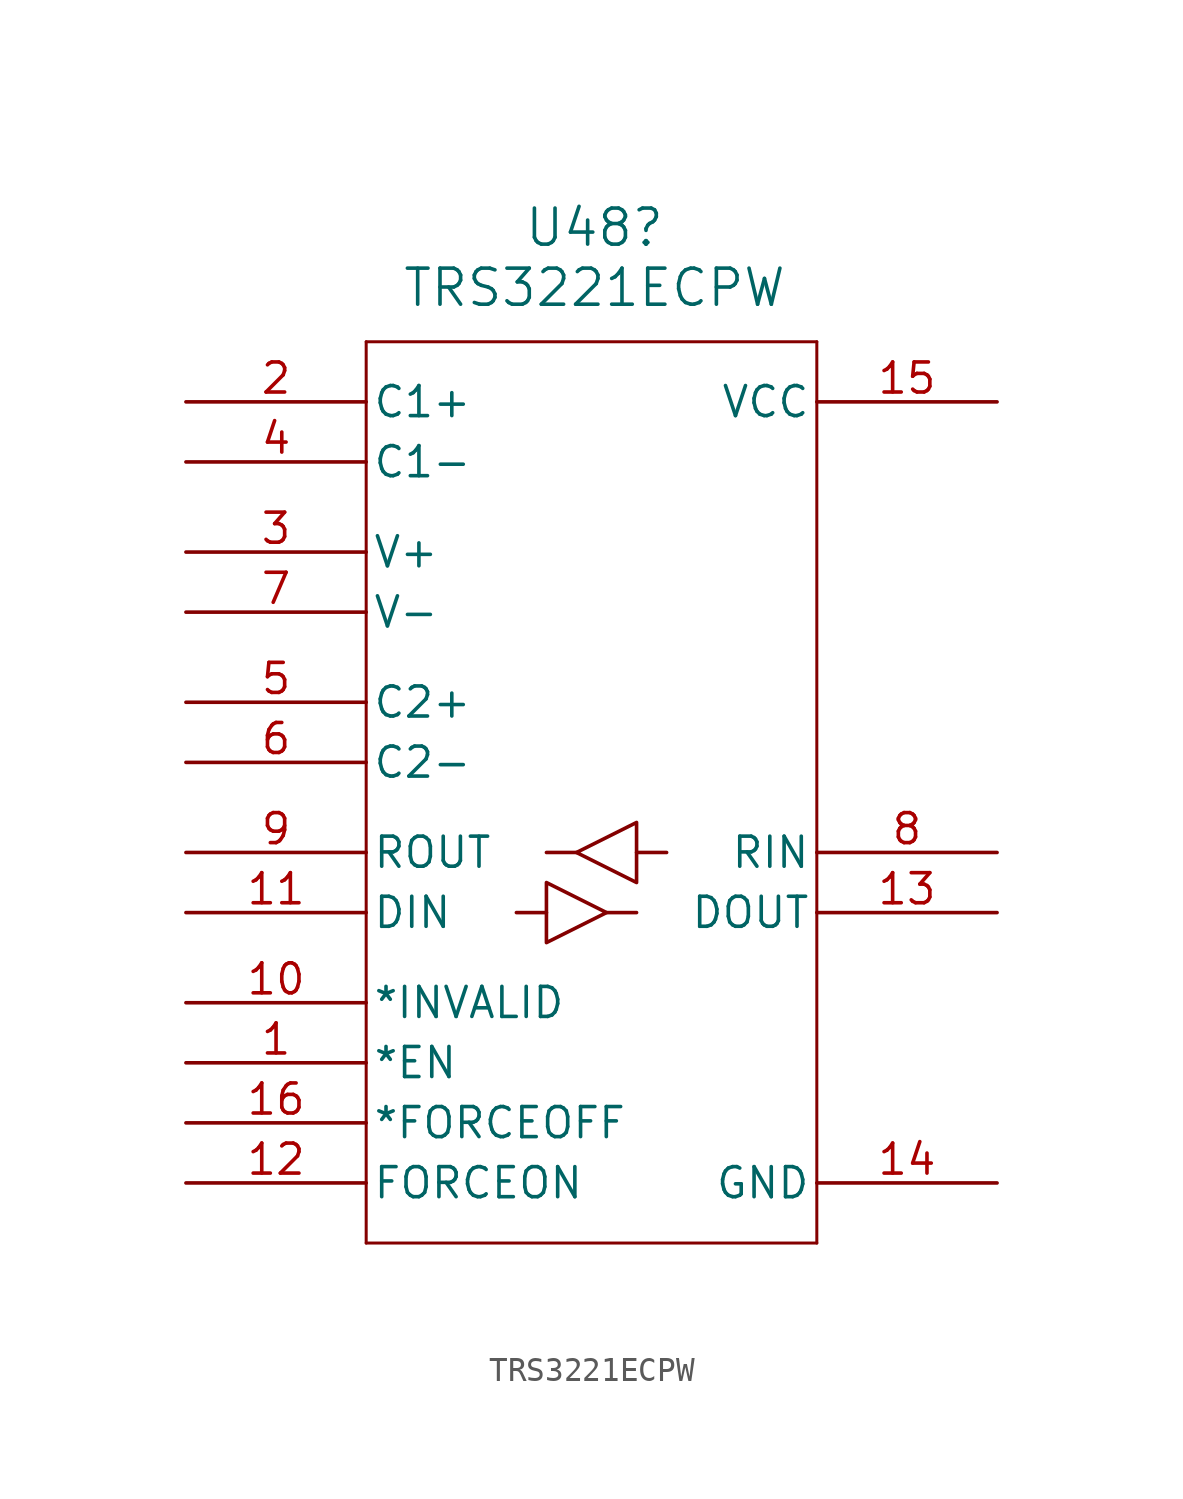
<source format=kicad_sym>
(kicad_symbol_lib
  (version 20231120)
  (generator "kicad_symbol_editor")
  (generator_version "8.0")
  (symbol "TRS3221ECPW"
    (pin_names
      (offset 0.254))
    (property "Reference" "U48"
      (at 32.512 9.906 0)
      (effects (font (size 1.524 1.524))))
    (property "Value" "TRS3221ECPW"
      (at 32.512 7.366 0)
      (effects (font (size 1.524 1.524))))
    (property "ki_locked" ""
      (at 0 0 0)
      (effects (font (size 1.27 1.27))))
    (symbol "TRS3221ECPW_0_1"
      (polyline (pts (xy 22.86 -33.02) (xy 41.91 -33.02)) (stroke (width 0.127) (type default)) (fill (type none)))
      (polyline (pts (xy 22.86 5.08) (xy 22.86 -33.02)) (stroke (width 0.127) (type default)) (fill (type none)))
      (polyline (pts (xy 41.91 -33.02) (xy 41.91 5.08)) (stroke (width 0.127) (type default)) (fill (type none)))
      (polyline (pts (xy 41.91 5.08) (xy 22.86 5.08)) (stroke (width 0.127) (type default)) (fill (type none)))
      (pin input line (at 15.24 -25.4 0) (length 7.62) (name "*EN" (effects (font (size 1.27 1.27)))) (number "1" (effects (font (size 1.27 1.27)))))
      (pin power_in line (at 49.53 -30.48 180) (length 7.62) (name "GND" (effects (font (size 1.27 1.27)))) (number "14" (effects (font (size 1.27 1.27)))))
      (pin power_in line (at 49.53 2.54 180) (length 7.62) (name "VCC" (effects (font (size 1.27 1.27)))) (number "15" (effects (font (size 1.27 1.27))))))
    (symbol "TRS3221ECPW_1_1"
      (polyline (pts (xy 30.48 -19.05) (xy 29.21 -19.05)) (stroke (width 0) (type default)) (fill (type none)))
      (polyline (pts (xy 31.75 -16.51) (xy 30.48 -16.51)) (stroke (width 0) (type default)) (fill (type none)))
      (polyline (pts (xy 33.02 -19.05) (xy 34.29 -19.05)) (stroke (width 0) (type default)) (fill (type none)))
      (polyline (pts (xy 34.29 -16.51) (xy 35.56 -16.51)) (stroke (width 0) (type default)) (fill (type none)))
      (polyline (pts (xy 30.48 -20.32) (xy 30.48 -17.78) (xy 33.02 -19.05) (xy 30.48 -20.32)) (stroke (width 0) (type default)) (fill (type none)))
      (polyline (pts (xy 34.29 -15.24) (xy 34.29 -17.78) (xy 31.75 -16.51) (xy 34.29 -15.24)) (stroke (width 0) (type default)) (fill (type none)))
      (pin output line (at 15.24 -22.86 0) (length 7.62) (name "*INVALID" (effects (font (size 1.27 1.27)))) (number "10" (effects (font (size 1.27 1.27)))))
      (pin input line (at 15.24 -19.05 0) (length 7.62) (name "DIN" (effects (font (size 1.27 1.27)))) (number "11" (effects (font (size 1.27 1.27)))))
      (pin input line (at 15.24 -30.48 0) (length 7.62) (name "FORCEON" (effects (font (size 1.27 1.27)))) (number "12" (effects (font (size 1.27 1.27)))))
      (pin output line (at 49.53 -19.05 180) (length 7.62) (name "DOUT" (effects (font (size 1.27 1.27)))) (number "13" (effects (font (size 1.27 1.27)))))
      (pin input line (at 15.24 -27.94 0) (length 7.62) (name "*FORCEOFF" (effects (font (size 1.27 1.27)))) (number "16" (effects (font (size 1.27 1.27)))))
      (pin passive line (at 15.24 2.54 0) (length 7.62) (name "C1+" (effects (font (size 1.27 1.27)))) (number "2" (effects (font (size 1.27 1.27)))))
      (pin passive line (at 15.24 -3.81 0) (length 7.62) (name "V+" (effects (font (size 1.27 1.27)))) (number "3" (effects (font (size 1.27 1.27)))))
      (pin passive line (at 15.24 0 0) (length 7.62) (name "C1-" (effects (font (size 1.27 1.27)))) (number "4" (effects (font (size 1.27 1.27)))))
      (pin passive line (at 15.24 -10.16 0) (length 7.62) (name "C2+" (effects (font (size 1.27 1.27)))) (number "5" (effects (font (size 1.27 1.27)))))
      (pin passive line (at 15.24 -12.7 0) (length 7.62) (name "C2-" (effects (font (size 1.27 1.27)))) (number "6" (effects (font (size 1.27 1.27)))))
      (pin passive line (at 15.24 -6.35 0) (length 7.62) (name "V-" (effects (font (size 1.27 1.27)))) (number "7" (effects (font (size 1.27 1.27)))))
      (pin input line (at 49.53 -16.51 180) (length 7.62) (name "RIN" (effects (font (size 1.27 1.27)))) (number "8" (effects (font (size 1.27 1.27)))))
      (pin output line (at 15.24 -16.51 0) (length 7.62) (name "ROUT" (effects (font (size 1.27 1.27)))) (number "9" (effects (font (size 1.27 1.27))))))))
</source>
